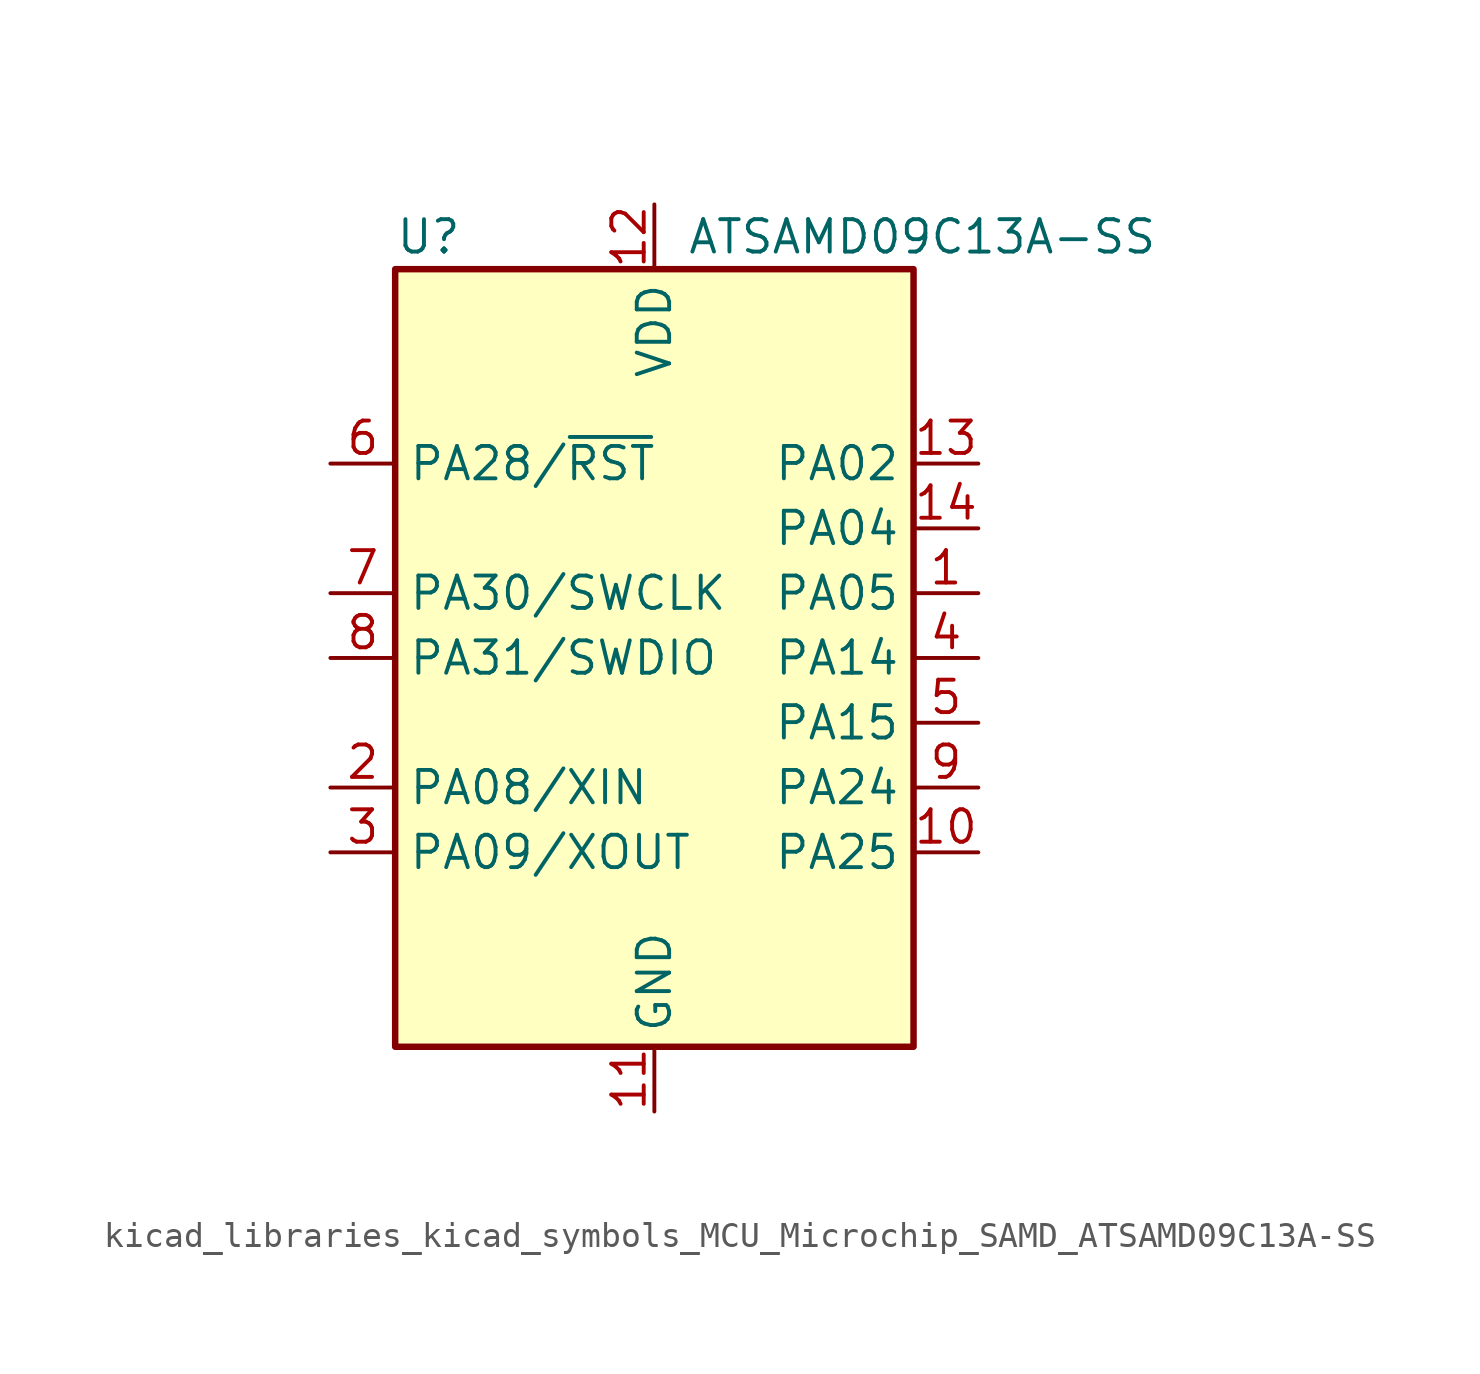
<source format=kicad_sym>
(kicad_symbol_lib
  (version 20220914)
  (generator kicad_symbol_editor)
  (symbol "kicad_libraries_kicad_symbols_MCU_Microchip_SAMD_ATSAMD09C13A-SS"
    (property "Reference" "U"
      (at -10.16 16.51 0)
      (effects (font (size 1.27 1.27)) (justify left)))
    (property "Value" "ATSAMD09C13A-SS"
      (at 1.27 16.51 0)
      (effects (font (size 1.27 1.27)) (justify left)))
    (symbol "kicad_libraries_kicad_symbols_MCU_Microchip_SAMD_ATSAMD09C13A-SS_0_1"
      (rectangle (start -10.16 15.24) (end 10.16 -15.24) (stroke (width 0.254) (type default)) (fill (type background))))
    (symbol "kicad_libraries_kicad_symbols_MCU_Microchip_SAMD_ATSAMD09C13A-SS_1_1"
      (pin bidirectional line (at 12.7 2.54 180) (length 2.54) (name "PA05" (effects (font (size 1.27 1.27)))) (number "1" (effects (font (size 1.27 1.27)))))
      (pin bidirectional line (at 12.7 -7.62 180) (length 2.54) (name "PA25" (effects (font (size 1.27 1.27)))) (number "10" (effects (font (size 1.27 1.27)))))
      (pin power_in line (at 0 -17.78 90) (length 2.54) (name "GND" (effects (font (size 1.27 1.27)))) (number "11" (effects (font (size 1.27 1.27)))))
      (pin power_in line (at 0 17.78 270) (length 2.54) (name "VDD" (effects (font (size 1.27 1.27)))) (number "12" (effects (font (size 1.27 1.27)))))
      (pin bidirectional line (at 12.7 7.62 180) (length 2.54) (name "PA02" (effects (font (size 1.27 1.27)))) (number "13" (effects (font (size 1.27 1.27)))))
      (pin bidirectional line (at 12.7 5.08 180) (length 2.54) (name "PA04" (effects (font (size 1.27 1.27)))) (number "14" (effects (font (size 1.27 1.27)))))
      (pin bidirectional line (at -12.7 -5.08 0) (length 2.54) (name "PA08/XIN" (effects (font (size 1.27 1.27)))) (number "2" (effects (font (size 1.27 1.27)))))
      (pin bidirectional line (at -12.7 -7.62 0) (length 2.54) (name "PA09/XOUT" (effects (font (size 1.27 1.27)))) (number "3" (effects (font (size 1.27 1.27)))))
      (pin bidirectional line (at 12.7 0 180) (length 2.54) (name "PA14" (effects (font (size 1.27 1.27)))) (number "4" (effects (font (size 1.27 1.27)))))
      (pin bidirectional line (at 12.7 -2.54 180) (length 2.54) (name "PA15" (effects (font (size 1.27 1.27)))) (number "5" (effects (font (size 1.27 1.27)))))
      (pin bidirectional line (at -12.7 7.62 0) (length 2.54) (name "PA28/~{RST}" (effects (font (size 1.27 1.27)))) (number "6" (effects (font (size 1.27 1.27)))))
      (pin bidirectional line (at -12.7 2.54 0) (length 2.54) (name "PA30/SWCLK" (effects (font (size 1.27 1.27)))) (number "7" (effects (font (size 1.27 1.27)))))
      (pin bidirectional line (at -12.7 0 0) (length 2.54) (name "PA31/SWDIO" (effects (font (size 1.27 1.27)))) (number "8" (effects (font (size 1.27 1.27)))))
      (pin bidirectional line (at 12.7 -5.08 180) (length 2.54) (name "PA24" (effects (font (size 1.27 1.27)))) (number "9" (effects (font (size 1.27 1.27))))))))
</source>
